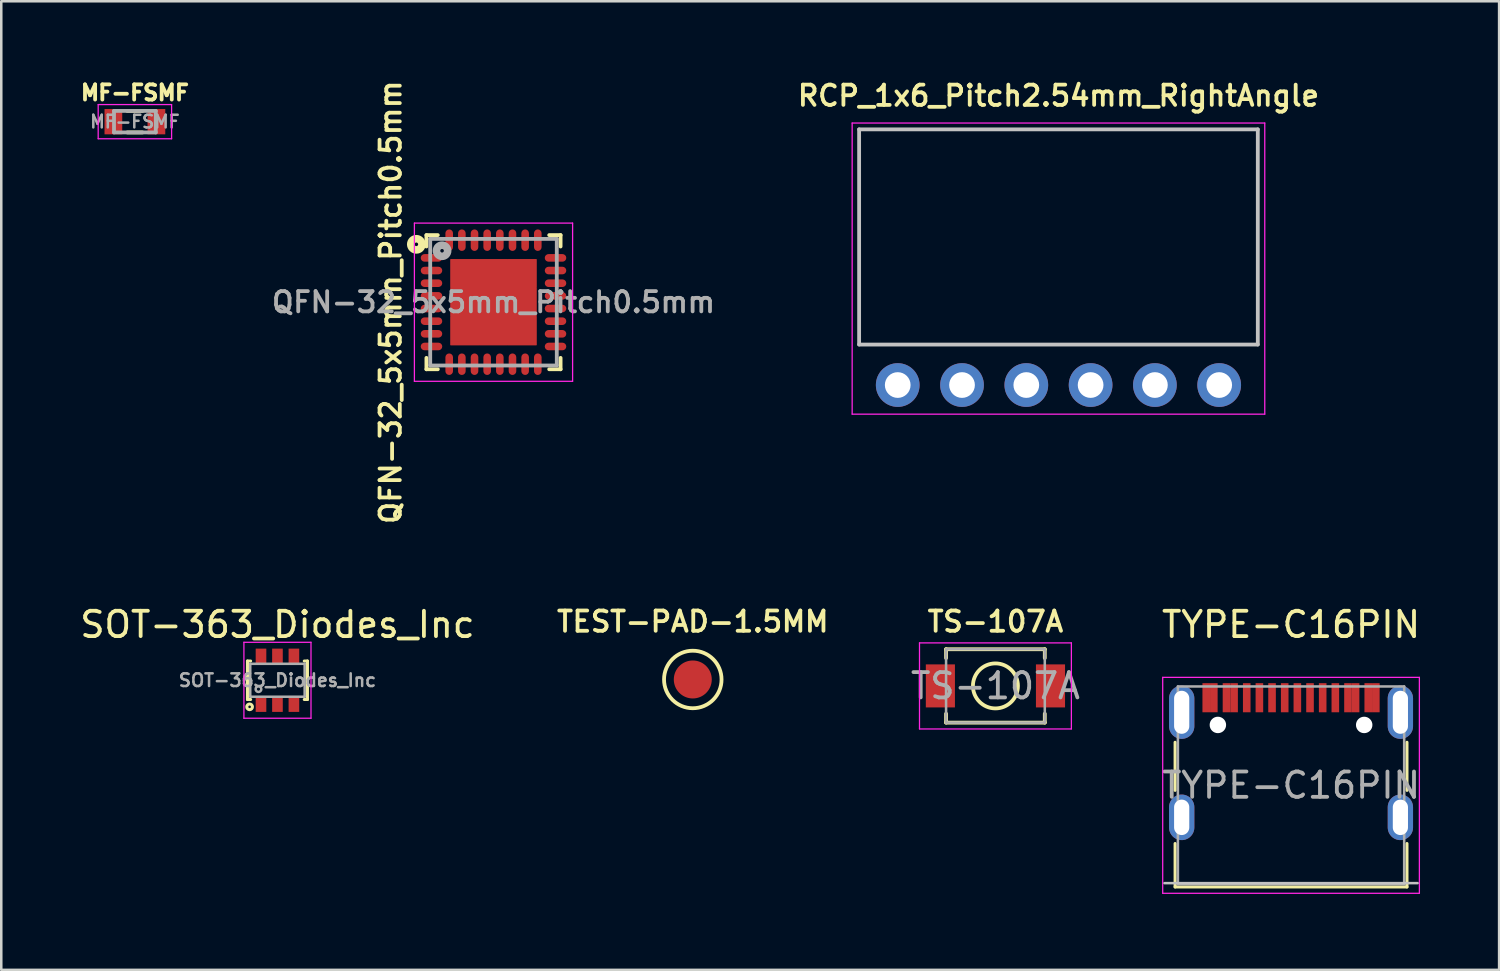
<source format=kicad_pcb>
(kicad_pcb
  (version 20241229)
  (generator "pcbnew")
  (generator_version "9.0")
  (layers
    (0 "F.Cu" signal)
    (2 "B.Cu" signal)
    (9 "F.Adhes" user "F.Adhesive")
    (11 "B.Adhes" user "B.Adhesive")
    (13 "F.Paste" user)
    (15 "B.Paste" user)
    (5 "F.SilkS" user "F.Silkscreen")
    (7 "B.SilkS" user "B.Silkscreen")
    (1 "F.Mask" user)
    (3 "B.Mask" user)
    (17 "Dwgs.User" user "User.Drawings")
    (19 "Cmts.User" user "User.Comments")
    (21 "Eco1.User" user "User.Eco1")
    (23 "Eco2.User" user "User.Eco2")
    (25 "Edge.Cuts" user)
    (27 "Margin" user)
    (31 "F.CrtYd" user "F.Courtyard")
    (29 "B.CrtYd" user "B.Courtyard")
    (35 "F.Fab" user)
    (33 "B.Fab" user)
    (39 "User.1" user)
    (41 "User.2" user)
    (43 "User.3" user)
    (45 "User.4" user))
  (footprint "TYPE-C16PIN"
    (layer "F.Cu")
    (at 47.953 27.974)
    (property "Reference" "TYPE-C16PIN" (at 0 -6.35 0) (layer "F.SilkS") (effects (font (size 1 1) (thickness 0.15))))
    (attr smd)
    (fp_line (start -4.58 -1.7) (end -4.58 0.2) (stroke (width 0.12) (type solid)) (layer "F.SilkS"))
    (fp_line (start -4.58 2.3) (end -4.58 4.015) (stroke (width 0.12) (type solid)) (layer "F.SilkS"))
    (fp_line (start 4.58 -1.7) (end 4.58 0.2) (stroke (width 0.12) (type solid)) (layer "F.SilkS"))
    (fp_line (start 4.58 2.3) (end 4.58 4.015) (stroke (width 0.12) (type solid)) (layer "F.SilkS"))
    (fp_line (start 4.58 4.015) (end -4.58 4.015) (stroke (width 0.12) (type solid)) (layer "F.SilkS"))
    (fp_line (start -5 3.865) (end 5 3.865) (stroke (width 0.1) (type solid)) (layer "Dwgs.User"))
    (fp_line (start -5.07 4.265) (end -5.07 -4.265) (stroke (width 0.05) (type solid)) (layer "F.CrtYd"))
    (fp_line (start 5.07 -4.265) (end -5.07 -4.265) (stroke (width 0.05) (type solid)) (layer "F.CrtYd"))
    (fp_line (start 5.07 4.265) (end -5.07 4.265) (stroke (width 0.05) (type solid)) (layer "F.CrtYd"))
    (fp_line (start 5.07 4.265) (end 5.07 -4.265) (stroke (width 0.05) (type solid)) (layer "F.CrtYd"))
    (fp_line (start -4.47 -3.905) (end -4.47 3.905) (stroke (width 0.1) (type solid)) (layer "F.Fab"))
    (fp_line (start -4.47 -3.905) (end 4.47 -3.905) (stroke (width 0.1) (type solid)) (layer "F.Fab"))
    (fp_line (start -4.47 3.905) (end 4.47 3.905) (stroke (width 0.1) (type solid)) (layer "F.Fab"))
    (fp_line (start 4.47 -3.905) (end 4.47 3.905) (stroke (width 0.1) (type solid)) (layer "F.Fab"))
    (fp_text user "${REFERENCE}" (at 0 0 0) (layer "F.Fab") (effects (font (size 1 1) (thickness 0.15))))
    (pad "" np_thru_hole circle (at -2.89 -2.385) (size 0.65 0.65) (drill 0.65) (layers "*.Cu" "*.Mask"))
    (pad "" np_thru_hole circle (at 2.89 -2.385) (size 0.65 0.65) (drill 0.65) (layers "*.Cu" "*.Mask"))
    (pad "1" thru_hole oval (at -4.32 1.265) (size 1 1.8) (drill oval 0.6 1.4) (layers "*.Cu" "*.Mask" "F.Paste"))
    (pad "2" thru_hole oval (at 4.32 1.265) (size 1 1.8) (drill oval 0.6 1.4) (layers "*.Cu" "*.Mask" "F.Paste"))
    (pad "3" thru_hole oval (at -4.32 -2.885) (size 1 2.1) (drill oval 0.6 1.7) (layers "*.Cu" "*.Mask" "F.Paste"))
    (pad "4" thru_hole oval (at 4.32 -2.885) (size 1 2.1) (drill oval 0.6 1.7) (layers "*.Cu" "*.Mask" "F.Paste"))
    (pad "A1" smd rect (at -3.35 -3.46) (size 0.3 1.15) (layers "F.Cu" "F.Mask" "F.Paste"))
    (pad "A4" smd rect (at -2.55 -3.46) (size 0.3 1.15) (layers "F.Cu" "F.Mask" "F.Paste"))
    (pad "A5" smd rect (at -1.25 -3.46) (size 0.3 1.15) (layers "F.Cu" "F.Mask" "F.Paste"))
    (pad "A6" smd rect (at -0.25 -3.46) (size 0.3 1.15) (layers "F.Cu" "F.Mask" "F.Paste"))
    (pad "A7" smd rect (at 0.25 -3.46) (size 0.3 1.15) (layers "F.Cu" "F.Mask" "F.Paste"))
    (pad "A8" smd rect (at -1.75 -3.46) (size 0.3 1.15) (layers "F.Cu" "F.Mask" "F.Paste"))
    (pad "A9" smd rect (at 2.55 -3.46) (size 0.3 1.15) (layers "F.Cu" "F.Mask" "F.Paste"))
    (pad "A12" smd rect (at 3.35 -3.46) (size 0.3 1.15) (layers "F.Cu" "F.Mask" "F.Paste"))
    (pad "B1" smd rect (at 3.05 -3.46) (size 0.3 1.15) (layers "F.Cu" "F.Mask" "F.Paste"))
    (pad "B4" smd rect (at 2.25 -3.46) (size 0.3 1.15) (layers "F.Cu" "F.Mask" "F.Paste"))
    (pad "B5" smd rect (at 1.75 -3.46) (size 0.3 1.15) (layers "F.Cu" "F.Mask" "F.Paste"))
    (pad "B6" smd rect (at 0.75 -3.46) (size 0.3 1.15) (layers "F.Cu" "F.Mask" "F.Paste"))
    (pad "B7" smd rect (at -0.75 -3.46) (size 0.3 1.15) (layers "F.Cu" "F.Mask" "F.Paste"))
    (pad "B8" smd rect (at 1.25 -3.46) (size 0.3 1.15) (layers "F.Cu" "F.Mask" "F.Paste"))
    (pad "B9" smd rect (at -2.25 -3.46) (size 0.3 1.15) (layers "F.Cu" "F.Mask" "F.Paste"))
    (pad "B12" smd rect (at -3.05 -3.46) (size 0.3 1.15) (layers "F.Cu" "F.Mask" "F.Paste")))
  (footprint "QFN-32_5x5mm_Pitch0.5mm"
    (layer "F.Cu")
    (at 16.446 8.888)
    (property "Reference" "QFN-32_5x5mm_Pitch0.5mm" (at -4.064 0 270) (layer "F.SilkS") (effects (font (size 0.8 0.8) (thickness 0.15))))
    (attr smd)
    (fp_line (start -2.65 -2.2) (end -2.65 -2.65) (stroke (width 0.15) (type solid)) (layer "F.SilkS"))
    (fp_line (start -2.65 2.65) (end -2.65 2.2) (stroke (width 0.15) (type solid)) (layer "F.SilkS"))
    (fp_line (start -2.65 2.65) (end -2.2 2.65) (stroke (width 0.15) (type solid)) (layer "F.SilkS"))
    (fp_line (start -2.2 -2.65) (end -2.65 -2.65) (stroke (width 0.15) (type solid)) (layer "F.SilkS"))
    (fp_line (start 2.2 2.65) (end 2.65 2.65) (stroke (width 0.15) (type solid)) (layer "F.SilkS"))
    (fp_line (start 2.65 -2.65) (end 2.2 -2.65) (stroke (width 0.15) (type solid)) (layer "F.SilkS"))
    (fp_line (start 2.65 -2.65) (end 2.65 -2.2) (stroke (width 0.15) (type solid)) (layer "F.SilkS"))
    (fp_line (start 2.65 2.2) (end 2.65 2.65) (stroke (width 0.15) (type solid)) (layer "F.SilkS"))
    (fp_circle (center -3.048 -2.286) (end -3.098 -2.336) (stroke (width 0.3) (type solid)) (fill no) (layer "F.SilkS"))
    (fp_line (start -3.125 -3.125) (end -3.125 3.125) (stroke (width 0.05) (type solid)) (layer "F.CrtYd"))
    (fp_line (start -3.125 -3.125) (end 3.125 -3.125) (stroke (width 0.05) (type solid)) (layer "F.CrtYd"))
    (fp_line (start -3.125 3.125) (end 3.125 3.125) (stroke (width 0.05) (type solid)) (layer "F.CrtYd"))
    (fp_line (start 3.125 -3.125) (end 3.125 3.125) (stroke (width 0.05) (type solid)) (layer "F.CrtYd"))
    (fp_line (start -2.5 -2.5) (end 2.5 -2.5) (stroke (width 0.15) (type solid)) (layer "F.Fab"))
    (fp_line (start -2.5 2.5) (end -2.5 -2.5) (stroke (width 0.15) (type solid)) (layer "F.Fab"))
    (fp_line (start 2.5 -2.5) (end 2.5 2.5) (stroke (width 0.15) (type solid)) (layer "F.Fab"))
    (fp_line (start 2.5 2.5) (end -2.5 2.5) (stroke (width 0.15) (type solid)) (layer "F.Fab"))
    (fp_circle (center -2.032 -2.032) (end -2.082 -2.082) (stroke (width 0.3) (type solid)) (fill no) (layer "F.Fab"))
    (fp_text user "${REFERENCE}" (at 0 0 180) (layer "F.Fab") (effects (font (size 0.8 0.8) (thickness 0.15))))
    (pad "1" smd roundrect (at -2.45 -1.75 180) (size 0.85 0.3) (layers "F.Cu" "F.Mask" "F.Paste") (roundrect_rratio 0.5))
    (pad "2" smd roundrect (at -2.45 -1.25) (size 0.85 0.3) (layers "F.Cu" "F.Mask" "F.Paste") (roundrect_rratio 0.5))
    (pad "3" smd roundrect (at -2.45 -0.75) (size 0.85 0.3) (layers "F.Cu" "F.Mask" "F.Paste") (roundrect_rratio 0.5))
    (pad "4" smd roundrect (at -2.45 -0.25) (size 0.85 0.3) (layers "F.Cu" "F.Mask" "F.Paste") (roundrect_rratio 0.5))
    (pad "5" smd roundrect (at -2.45 0.25) (size 0.85 0.3) (layers "F.Cu" "F.Mask" "F.Paste") (roundrect_rratio 0.5))
    (pad "6" smd roundrect (at -2.45 0.75) (size 0.85 0.3) (layers "F.Cu" "F.Mask" "F.Paste") (roundrect_rratio 0.5))
    (pad "7" smd roundrect (at -2.45 1.25) (size 0.85 0.3) (layers "F.Cu" "F.Mask" "F.Paste") (roundrect_rratio 0.5))
    (pad "8" smd roundrect (at -2.45 1.75) (size 0.85 0.3) (layers "F.Cu" "F.Mask" "F.Paste") (roundrect_rratio 0.5))
    (pad "9" smd roundrect (at -1.75 2.45 90) (size 0.85 0.3) (layers "F.Cu" "F.Mask" "F.Paste") (roundrect_rratio 0.5))
    (pad "10" smd roundrect (at -1.25 2.45 90) (size 0.85 0.3) (layers "F.Cu" "F.Mask" "F.Paste") (roundrect_rratio 0.5))
    (pad "11" smd roundrect (at -0.75 2.45 90) (size 0.85 0.3) (layers "F.Cu" "F.Mask" "F.Paste") (roundrect_rratio 0.5))
    (pad "12" smd roundrect (at -0.25 2.45 90) (size 0.85 0.3) (layers "F.Cu" "F.Mask" "F.Paste") (roundrect_rratio 0.5))
    (pad "13" smd roundrect (at 0.25 2.45 90) (size 0.85 0.3) (layers "F.Cu" "F.Mask" "F.Paste") (roundrect_rratio 0.5))
    (pad "14" smd roundrect (at 0.75 2.45 90) (size 0.85 0.3) (layers "F.Cu" "F.Mask" "F.Paste") (roundrect_rratio 0.5))
    (pad "15" smd roundrect (at 1.25 2.45 90) (size 0.85 0.3) (layers "F.Cu" "F.Mask" "F.Paste") (roundrect_rratio 0.5))
    (pad "16" smd roundrect (at 1.75 2.45 90) (size 0.85 0.3) (layers "F.Cu" "F.Mask" "F.Paste") (roundrect_rratio 0.5))
    (pad "17" smd roundrect (at 2.45 1.75) (size 0.85 0.3) (layers "F.Cu" "F.Mask" "F.Paste") (roundrect_rratio 0.5))
    (pad "18" smd roundrect (at 2.45 1.25) (size 0.85 0.3) (layers "F.Cu" "F.Mask" "F.Paste") (roundrect_rratio 0.5))
    (pad "19" smd roundrect (at 2.45 0.75) (size 0.85 0.3) (layers "F.Cu" "F.Mask" "F.Paste") (roundrect_rratio 0.5))
    (pad "20" smd roundrect (at 2.45 0.25) (size 0.85 0.3) (layers "F.Cu" "F.Mask" "F.Paste") (roundrect_rratio 0.5))
    (pad "21" smd roundrect (at 2.45 -0.25) (size 0.85 0.3) (layers "F.Cu" "F.Mask" "F.Paste") (roundrect_rratio 0.5))
    (pad "22" smd roundrect (at 2.45 -0.75) (size 0.85 0.3) (layers "F.Cu" "F.Mask" "F.Paste") (roundrect_rratio 0.5))
    (pad "23" smd roundrect (at 2.45 -1.25) (size 0.85 0.3) (layers "F.Cu" "F.Mask" "F.Paste") (roundrect_rratio 0.5))
    (pad "24" smd roundrect (at 2.45 -1.75) (size 0.85 0.3) (layers "F.Cu" "F.Mask" "F.Paste") (roundrect_rratio 0.5))
    (pad "25" smd roundrect (at 1.75 -2.45 90) (size 0.85 0.3) (layers "F.Cu" "F.Mask" "F.Paste") (roundrect_rratio 0.5))
    (pad "26" smd roundrect (at 1.25 -2.45 90) (size 0.85 0.3) (layers "F.Cu" "F.Mask" "F.Paste") (roundrect_rratio 0.5))
    (pad "27" smd roundrect (at 0.75 -2.45 90) (size 0.85 0.3) (layers "F.Cu" "F.Mask" "F.Paste") (roundrect_rratio 0.5))
    (pad "28" smd roundrect (at 0.25 -2.45 90) (size 0.85 0.3) (layers "F.Cu" "F.Mask" "F.Paste") (roundrect_rratio 0.5))
    (pad "29" smd roundrect (at -0.25 -2.45 90) (size 0.85 0.3) (layers "F.Cu" "F.Mask" "F.Paste") (roundrect_rratio 0.5))
    (pad "30" smd roundrect (at -0.75 -2.45 90) (size 0.85 0.3) (layers "F.Cu" "F.Mask" "F.Paste") (roundrect_rratio 0.5))
    (pad "31" smd roundrect (at -1.25 -2.45 90) (size 0.85 0.3) (layers "F.Cu" "F.Mask" "F.Paste") (roundrect_rratio 0.5))
    (pad "32" smd roundrect (at -1.75 -2.45 90) (size 0.85 0.3) (layers "F.Cu" "F.Mask" "F.Paste") (roundrect_rratio 0.5))
    (pad "33" smd rect (at -1.135 -1.135 90) (size 1.13 1.13) (layers "F.Cu" "F.Paste"))
    (pad "33" smd rect (at -1.135 0 90) (size 1.13 1.13) (layers "F.Cu" "F.Paste"))
    (pad "33" smd rect (at -1.135 1.135 90) (size 1.13 1.13) (layers "F.Cu" "F.Paste"))
    (pad "33" smd rect (at 0 -1.135 90) (size 1.13 1.13) (layers "F.Cu" "F.Paste"))
    (pad "33" smd rect (at 0 0 90) (size 1.14 1.14) (layers "F.Cu" "F.Paste"))
    (pad "33" smd rect (at 0 0 90) (size 3.4 3.4) (layers "F.Cu" "F.Mask"))
    (pad "33" smd rect (at 0 1.135 90) (size 1.13 1.13) (layers "F.Cu" "F.Paste"))
    (pad "33" smd rect (at 1.135 -1.135 90) (size 1.13 1.13) (layers "F.Cu" "F.Paste"))
    (pad "33" smd rect (at 1.135 0 90) (size 1.13 1.13) (layers "F.Cu" "F.Paste"))
    (pad "33" smd rect (at 1.135 1.135 90) (size 1.13 1.13) (layers "F.Cu" "F.Paste")))
  (footprint "RCP_1x6_Pitch2.54mm_RightAngle"
    (layer "F.Cu")
    (at 38.765 12.161)
    (property "Reference" "RCP_1x6_Pitch2.54mm_RightAngle" (at 0 -11.43 0) (layer "F.SilkS") (effects (font (size 0.8 0.8) (thickness 0.15))))
    (attr through_hole)
    (fp_line (start -7.875 -10.1) (end -7.875 -1.6) (stroke (width 0.15) (type solid)) (layer "Dwgs.User"))
    (fp_line (start -7.875 -10.1) (end 7.875 -10.1) (stroke (width 0.15) (type solid)) (layer "Dwgs.User"))
    (fp_line (start -7.875 -1.6) (end 7.875 -1.6) (stroke (width 0.15) (type solid)) (layer "Dwgs.User"))
    (fp_line (start 7.875 -10.1) (end 7.875 -1.6) (stroke (width 0.15) (type solid)) (layer "Dwgs.User"))
    (fp_line (start -8.15 -10.35) (end -8.15 1.15) (stroke (width 0.05) (type solid)) (layer "F.CrtYd"))
    (fp_line (start -8.15 1.15) (end 8.15 1.15) (stroke (width 0.05) (type solid)) (layer "F.CrtYd"))
    (fp_line (start 8.15 -10.35) (end -8.15 -10.35) (stroke (width 0.05) (type solid)) (layer "F.CrtYd"))
    (fp_line (start 8.15 1.15) (end 8.15 -10.35) (stroke (width 0.05) (type solid)) (layer "F.CrtYd"))
    (pad "1" thru_hole oval (at -6.35 0) (size 1.727 1.727) (drill 1.016) (layers "*.Cu" "*.Mask"))
    (pad "2" thru_hole oval (at -3.81 0) (size 1.727 1.727) (drill 1.016) (layers "*.Cu" "*.Mask"))
    (pad "3" thru_hole oval (at -1.27 0) (size 1.727 1.727) (drill 1.016) (layers "*.Cu" "*.Mask"))
    (pad "4" thru_hole oval (at 1.27 0) (size 1.727 1.727) (drill 1.016) (layers "*.Cu" "*.Mask"))
    (pad "5" thru_hole oval (at 3.81 0) (size 1.727 1.727) (drill 1.016) (layers "*.Cu" "*.Mask"))
    (pad "6" thru_hole oval (at 6.35 0) (size 1.727 1.727) (drill 1.016) (layers "*.Cu" "*.Mask")))
  (footprint "TEST-PAD-1.5MM"
    (layer "F.Cu")
    (at 24.319 23.793)
    (property "Reference" "TEST-PAD-1.5MM" (at 0 -2.286 0) (layer "F.SilkS") (effects (font (size 0.8 0.8) (thickness 0.15))))
    (attr exclude_from_pos_files)
    (fp_circle (center 0 0) (end -1.016 0.508) (stroke (width 0.15) (type solid)) (fill no) (layer "F.SilkS"))
    (pad "1" smd circle (at 0 0 180) (size 1.5 1.5) (layers "F.Cu" "F.Mask")))
  (footprint "TS-107A"
    (layer "F.Cu")
    (at 36.275 24.047)
    (property "Reference" "TS-107A" (at 0 -2.54 0) (layer "F.SilkS") (effects (font (size 0.8 0.8) (thickness 0.15))))
    (attr through_hole)
    (fp_line (start -1.95 -1.45) (end 1.95 -1.45) (stroke (width 0.15) (type solid)) (layer "F.SilkS"))
    (fp_line (start -1.95 -1.1) (end -1.95 -1.45) (stroke (width 0.15) (type solid)) (layer "F.SilkS"))
    (fp_line (start -1.95 1.1) (end -1.95 1.45) (stroke (width 0.15) (type solid)) (layer "F.SilkS"))
    (fp_line (start -1.95 1.45) (end 1.95 1.45) (stroke (width 0.15) (type solid)) (layer "F.SilkS"))
    (fp_line (start 1.95 -1.45) (end 1.95 -1.1) (stroke (width 0.15) (type solid)) (layer "F.SilkS"))
    (fp_line (start 1.95 1.45) (end 1.95 1.1) (stroke (width 0.15) (type solid)) (layer "F.SilkS"))
    (fp_circle (center 0 0) (end -0.889 0) (stroke (width 0.15) (type solid)) (fill no) (layer "F.SilkS"))
    (fp_line (start -3 -1.7) (end 3 -1.7) (stroke (width 0.05) (type solid)) (layer "F.CrtYd"))
    (fp_line (start -3 1.7) (end -3 -1.7) (stroke (width 0.05) (type solid)) (layer "F.CrtYd"))
    (fp_line (start 3 -1.7) (end 3 1.7) (stroke (width 0.05) (type solid)) (layer "F.CrtYd"))
    (fp_line (start 3 1.7) (end -3 1.7) (stroke (width 0.05) (type solid)) (layer "F.CrtYd"))
    (fp_line (start -1.95 -1.45) (end 1.95 -1.45) (stroke (width 0.1) (type solid)) (layer "F.Fab"))
    (fp_line (start -1.95 1.45) (end -1.95 -1.45) (stroke (width 0.1) (type solid)) (layer "F.Fab"))
    (fp_line (start -1.95 1.45) (end 1.95 1.45) (stroke (width 0.1) (type solid)) (layer "F.Fab"))
    (fp_line (start 1.95 1.45) (end 1.95 -1.45) (stroke (width 0.1) (type solid)) (layer "F.Fab"))
    (fp_text user "${REFERENCE}" (at 0 0 0) (layer "F.Fab") (effects (font (size 1 1) (thickness 0.15))))
    (pad "1" smd rect (at -2.175 0) (size 1.15 1.7) (layers "F.Cu" "F.Mask" "F.Paste"))
    (pad "2" smd rect (at 2.175 0) (size 1.15 1.7) (layers "F.Cu" "F.Mask" "F.Paste")))
  (footprint "SOT-363_Diodes_Inc"
    (layer "F.Cu")
    (at 7.911 23.824)
    (property "Reference" "SOT-363_Diodes_Inc" (at 0 -2.2 180) (layer "F.SilkS") (effects (font (size 1 1) (thickness 0.15))))
    (attr smd)
    (fp_line (start -1.185 -0.76) (end -1.06 -0.76) (stroke (width 0.12) (type solid)) (layer "F.SilkS"))
    (fp_line (start -1.185 0.76) (end -1.185 -0.76) (stroke (width 0.12) (type solid)) (layer "F.SilkS"))
    (fp_line (start -1.06 0.76) (end -1.185 0.76) (stroke (width 0.12) (type solid)) (layer "F.SilkS"))
    (fp_line (start 1.06 -0.76) (end 1.185 -0.76) (stroke (width 0.12) (type solid)) (layer "F.SilkS"))
    (fp_line (start 1.06 0.76) (end 1.185 0.76) (stroke (width 0.12) (type solid)) (layer "F.SilkS"))
    (fp_line (start 1.185 -0.76) (end 1.185 0.76) (stroke (width 0.12) (type solid)) (layer "F.SilkS"))
    (fp_circle (center -1.1 1.05) (end -0.988 1.05) (stroke (width 0.12) (type solid)) (fill no) (layer "F.SilkS"))
    (fp_line (start -1.325 -1.5) (end -1.325 1.5) (stroke (width 0.05) (type solid)) (layer "F.CrtYd"))
    (fp_line (start -1.325 1.5) (end 1.325 1.5) (stroke (width 0.05) (type solid)) (layer "F.CrtYd"))
    (fp_line (start 1.325 -1.5) (end -1.325 -1.5) (stroke (width 0.05) (type solid)) (layer "F.CrtYd"))
    (fp_line (start 1.325 1.5) (end 1.325 -1.5) (stroke (width 0.05) (type solid)) (layer "F.CrtYd"))
    (fp_line (start -1.075 -0.65) (end -1.075 0.65) (stroke (width 0.1) (type solid)) (layer "F.Fab"))
    (fp_line (start -1.075 -0.65) (end 1.075 -0.65) (stroke (width 0.1) (type solid)) (layer "F.Fab"))
    (fp_line (start -1.075 0.65) (end 1.075 0.65) (stroke (width 0.1) (type solid)) (layer "F.Fab"))
    (fp_line (start 1.075 -0.65) (end 1.075 0.65) (stroke (width 0.1) (type solid)) (layer "F.Fab"))
    (fp_circle (center -0.75 0.35) (end -0.638 0.35) (stroke (width 0.1) (type solid)) (fill no) (layer "F.Fab"))
    (fp_text user "${REFERENCE}" (at 0 0 180) (layer "F.Fab") (effects (font (size 0.5 0.5) (thickness 0.1))))
    (pad "1" smd rect (at -0.65 0.95) (size 0.42 0.6) (layers "F.Cu" "F.Mask" "F.Paste"))
    (pad "2" smd rect (at 0 0.95) (size 0.42 0.6) (layers "F.Cu" "F.Mask" "F.Paste"))
    (pad "3" smd rect (at 0.65 0.95) (size 0.42 0.6) (layers "F.Cu" "F.Mask" "F.Paste"))
    (pad "4" smd rect (at 0.65 -0.95) (size 0.42 0.6) (layers "F.Cu" "F.Mask" "F.Paste"))
    (pad "5" smd rect (at 0 -0.95) (size 0.42 0.6) (layers "F.Cu" "F.Mask" "F.Paste"))
    (pad "6" smd rect (at -0.65 -0.95) (size 0.42 0.6) (layers "F.Cu" "F.Mask" "F.Paste")))
  (footprint "MF-FSMF"
    (layer "F.Cu")
    (at 2.279 1.757)
    (property "Reference" "MF-FSMF" (at 0 -1.143 0) (layer "F.SilkS") (effects (font (size 0.6 0.6) (thickness 0.15))))
    (attr through_hole)
    (fp_line (start -0.3 -0.425) (end 0.3 -0.425) (stroke (width 0.15) (type solid)) (layer "F.SilkS"))
    (fp_line (start -0.3 0.425) (end 0.3 0.425) (stroke (width 0.15) (type solid)) (layer "F.SilkS"))
    (fp_line (start -1.45 -0.675) (end 1.45 -0.675) (stroke (width 0.05) (type solid)) (layer "F.CrtYd"))
    (fp_line (start -1.45 0.675) (end -1.45 -0.675) (stroke (width 0.05) (type solid)) (layer "F.CrtYd"))
    (fp_line (start 1.45 -0.675) (end 1.45 0.675) (stroke (width 0.05) (type solid)) (layer "F.CrtYd"))
    (fp_line (start 1.45 0.675) (end -1.45 0.675) (stroke (width 0.05) (type solid)) (layer "F.CrtYd"))
    (fp_line (start -0.825 -0.425) (end -0.825 0.425) (stroke (width 0.15) (type solid)) (layer "F.Fab"))
    (fp_line (start -0.825 -0.425) (end 0.825 -0.425) (stroke (width 0.15) (type solid)) (layer "F.Fab"))
    (fp_line (start -0.825 0.425) (end 0.825 0.425) (stroke (width 0.15) (type solid)) (layer "F.Fab"))
    (fp_line (start 0.825 -0.425) (end 0.825 0.425) (stroke (width 0.15) (type solid)) (layer "F.Fab"))
    (fp_text user "${REFERENCE}" (at 0 0 180) (layer "F.Fab") (effects (font (size 0.5 0.5) (thickness 0.1))))
    (pad "1" smd rect (at -0.85 0) (size 0.7 1) (layers "F.Cu" "F.Mask" "F.Paste"))
    (pad "2" smd rect (at 0.85 0) (size 0.7 1) (layers "F.Cu" "F.Mask" "F.Paste")))
  (gr_rect
    (start -3 -3)
    (end 56.173 35.264)
    (stroke (width 0.1) (type default))
    (fill no)
    (layer "Edge.Cuts")))
</source>
